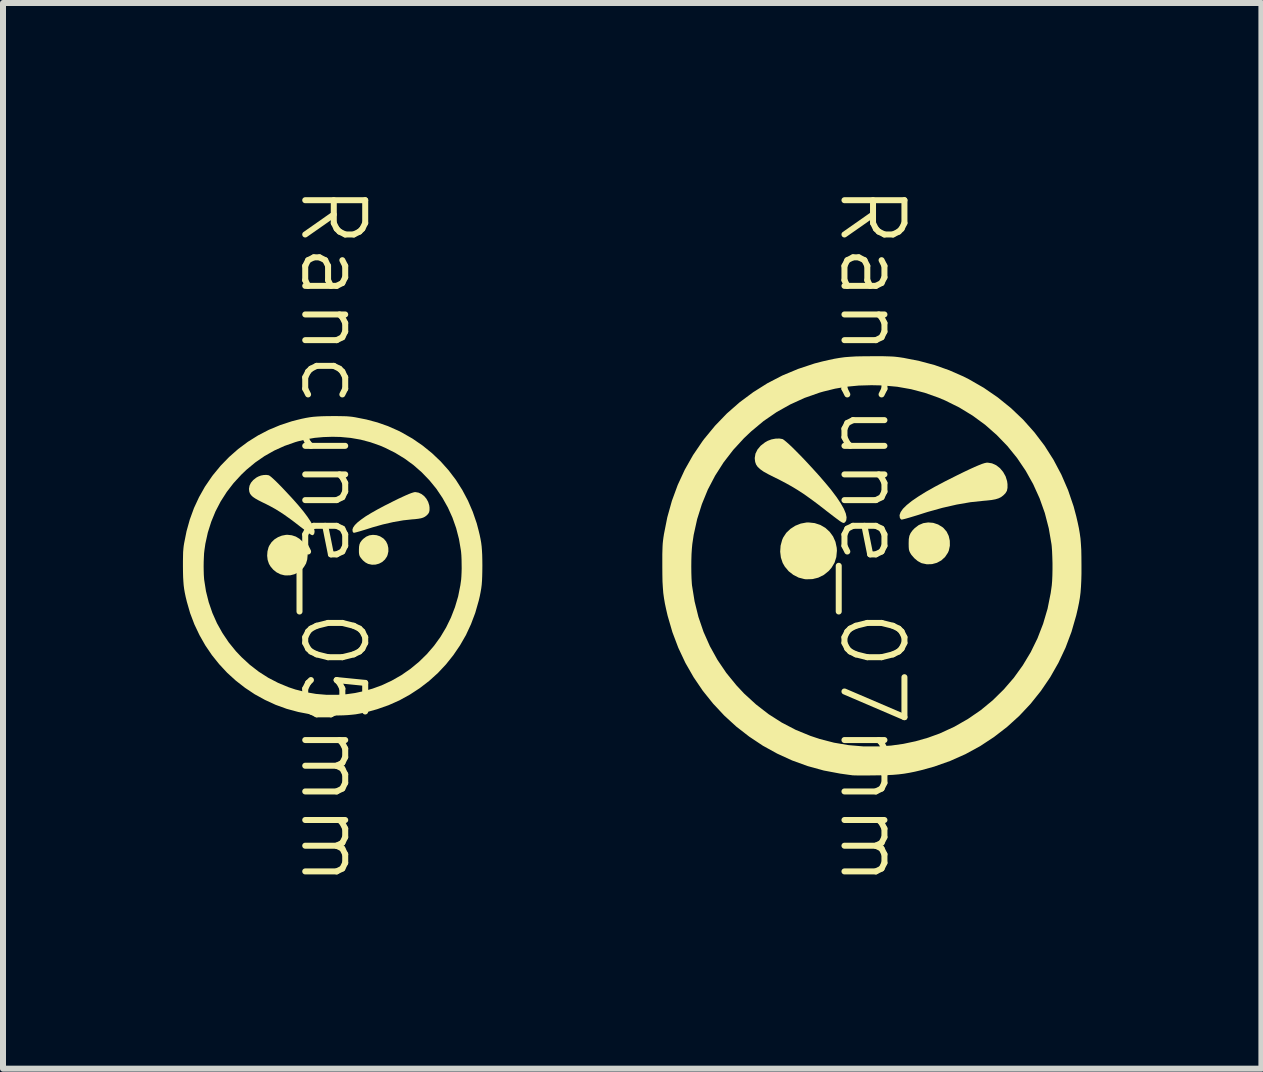
<source format=kicad_pcb>
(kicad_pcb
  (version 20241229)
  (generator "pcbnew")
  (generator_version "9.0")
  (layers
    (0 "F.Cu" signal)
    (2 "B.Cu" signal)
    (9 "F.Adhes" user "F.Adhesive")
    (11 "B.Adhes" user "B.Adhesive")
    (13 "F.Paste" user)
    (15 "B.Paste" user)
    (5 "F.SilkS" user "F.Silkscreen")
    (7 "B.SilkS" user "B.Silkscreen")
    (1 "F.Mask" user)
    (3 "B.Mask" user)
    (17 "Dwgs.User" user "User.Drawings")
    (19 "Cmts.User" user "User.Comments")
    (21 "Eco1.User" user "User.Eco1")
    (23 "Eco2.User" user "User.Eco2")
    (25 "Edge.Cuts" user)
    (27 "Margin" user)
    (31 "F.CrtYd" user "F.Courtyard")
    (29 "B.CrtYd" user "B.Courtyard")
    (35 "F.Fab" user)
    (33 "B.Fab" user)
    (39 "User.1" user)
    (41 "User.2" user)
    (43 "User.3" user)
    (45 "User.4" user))
  (footprint "Rancune_07mm"
    (layer "F.Cu")
    (at 11.486 6.383)
    (property "Reference" "Rancune_07mm" (at 0 -0.5 270) (unlocked yes) (layer "F.SilkS") (effects (font (size 1 1) (thickness 0.1))))
    (attr smd exclude_from_pos_files exclude_from_bom dnp)
    (fp_poly (pts (xy -0.954 -0.712) (xy -0.859 -0.681) (xy -0.775 -0.632) (xy -0.704 -0.567) (xy -0.647 -0.489) (xy -0.607 -0.399) (xy -0.586 -0.3) (xy -0.583 -0.252) (xy -0.593 -0.146) (xy -0.622 -0.053) (xy -0.672 0.031) (xy -0.719 0.086) (xy -0.801 0.152) (xy -0.894 0.198) (xy -0.994 0.222) (xy -1.099 0.225) (xy -1.128 0.221) (xy -1.221 0.197) (xy -1.309 0.152) (xy -1.387 0.091) (xy -1.451 0.015) (xy -1.487 -0.047) (xy -1.517 -0.137) (xy -1.529 -0.236) (xy -1.522 -0.336) (xy -1.496 -0.432) (xy -1.479 -0.471) (xy -1.428 -0.549) (xy -1.359 -0.615) (xy -1.277 -0.668) (xy -1.186 -0.704) (xy -1.09 -0.722) (xy -1.056 -0.723)) (stroke (width 0) (type solid)) (fill yes) (layer "F.SilkS"))
    (fp_poly (pts (xy 1.023 -0.716) (xy 1.104 -0.689) (xy 1.18 -0.642) (xy 1.195 -0.629) (xy 1.246 -0.57) (xy 1.281 -0.498) (xy 1.299 -0.418) (xy 1.3 -0.335) (xy 1.283 -0.254) (xy 1.268 -0.219) (xy 1.22 -0.147) (xy 1.158 -0.09) (xy 1.084 -0.05) (xy 1.003 -0.028) (xy 0.917 -0.025) (xy 0.832 -0.043) (xy 0.822 -0.047) (xy 0.764 -0.079) (xy 0.708 -0.126) (xy 0.659 -0.182) (xy 0.638 -0.216) (xy 0.625 -0.244) (xy 0.617 -0.274) (xy 0.614 -0.315) (xy 0.613 -0.372) (xy 0.613 -0.373) (xy 0.615 -0.445) (xy 0.625 -0.5) (xy 0.646 -0.547) (xy 0.679 -0.592) (xy 0.713 -0.627) (xy 0.781 -0.679) (xy 0.857 -0.711) (xy 0.939 -0.723)) (stroke (width 0) (type solid)) (fill yes) (layer "F.SilkS"))
    (fp_poly (pts (xy 2.003 -1.708) (xy 2.072 -1.677) (xy 2.135 -1.628) (xy 2.188 -1.565) (xy 2.229 -1.492) (xy 2.254 -1.412) (xy 2.261 -1.362) (xy 2.261 -1.299) (xy 2.251 -1.25) (xy 2.227 -1.21) (xy 2.189 -1.172) (xy 2.153 -1.145) (xy 2.112 -1.125) (xy 2.06 -1.109) (xy 1.996 -1.097) (xy 1.914 -1.088) (xy 1.867 -1.084) (xy 1.647 -1.061) (xy 1.415 -1.021) (xy 1.174 -0.966) (xy 0.93 -0.898) (xy 0.86 -0.876) (xy 0.776 -0.849) (xy 0.697 -0.825) (xy 0.627 -0.804) (xy 0.568 -0.787) (xy 0.524 -0.776) (xy 0.498 -0.77) (xy 0.494 -0.77) (xy 0.479 -0.78) (xy 0.466 -0.801) (xy 0.461 -0.845) (xy 0.479 -0.895) (xy 0.518 -0.951) (xy 0.58 -1.012) (xy 0.664 -1.08) (xy 0.771 -1.153) (xy 0.899 -1.233) (xy 1.05 -1.318) (xy 1.224 -1.41) (xy 1.278 -1.437) (xy 1.413 -1.505) (xy 1.529 -1.562) (xy 1.628 -1.609) (xy 1.711 -1.647) (xy 1.779 -1.676) (xy 1.834 -1.698) (xy 1.878 -1.712) (xy 1.911 -1.719) (xy 1.931 -1.72)) (stroke (width 0) (type solid)) (fill yes) (layer "F.SilkS"))
    (fp_poly (pts (xy -1.49 -2.113) (xy -1.467 -2.099) (xy -1.43 -2.069) (xy -1.381 -2.026) (xy -1.323 -1.971) (xy -1.258 -1.906) (xy -1.186 -1.833) (xy -1.111 -1.755) (xy -1.034 -1.672) (xy -0.957 -1.588) (xy -0.881 -1.504) (xy -0.81 -1.422) (xy -0.744 -1.344) (xy -0.685 -1.273) (xy -0.675 -1.26) (xy -0.587 -1.143) (xy -0.518 -1.039) (xy -0.467 -0.949) (xy -0.435 -0.872) (xy -0.422 -0.809) (xy -0.427 -0.76) (xy -0.436 -0.741) (xy -0.454 -0.72) (xy -0.473 -0.714) (xy -0.498 -0.723) (xy -0.53 -0.743) (xy -0.552 -0.759) (xy -0.59 -0.787) (xy -0.639 -0.824) (xy -0.696 -0.868) (xy -0.759 -0.916) (xy -0.786 -0.938) (xy -0.915 -1.037) (xy -1.03 -1.122) (xy -1.136 -1.197) (xy -1.237 -1.263) (xy -1.338 -1.324) (xy -1.441 -1.381) (xy -1.551 -1.439) (xy -1.637 -1.481) (xy -1.732 -1.529) (xy -1.807 -1.571) (xy -1.863 -1.611) (xy -1.904 -1.649) (xy -1.931 -1.689) (xy -1.946 -1.732) (xy -1.952 -1.78) (xy -1.953 -1.798) (xy -1.941 -1.87) (xy -1.907 -1.939) (xy -1.854 -2.002) (xy -1.782 -2.058) (xy -1.736 -2.084) (xy -1.675 -2.107) (xy -1.607 -2.12) (xy -1.541 -2.122)) (stroke (width 0) (type solid)) (fill yes) (layer "F.SilkS"))
    (fp_poly (pts (xy 0.106 -3.494) (xy 0.192 -3.494) (xy 0.263 -3.492) (xy 0.322 -3.49) (xy 0.373 -3.487) (xy 0.42 -3.482) (xy 0.467 -3.476) (xy 0.518 -3.468) (xy 0.521 -3.468) (xy 0.79 -3.415) (xy 1.045 -3.347) (xy 1.29 -3.26) (xy 1.527 -3.156) (xy 1.616 -3.111) (xy 1.865 -2.968) (xy 2.099 -2.807) (xy 2.318 -2.63) (xy 2.522 -2.436) (xy 2.708 -2.227) (xy 2.877 -2.005) (xy 3.027 -1.769) (xy 3.159 -1.52) (xy 3.271 -1.261) (xy 3.363 -0.991) (xy 3.407 -0.826) (xy 3.431 -0.722) (xy 3.451 -0.628) (xy 3.466 -0.54) (xy 3.478 -0.453) (xy 3.485 -0.362) (xy 3.491 -0.262) (xy 3.493 -0.148) (xy 3.494 -0.017) (xy 3.494 -0.000001) (xy 3.494 0.134) (xy 3.491 0.249) (xy 3.486 0.35) (xy 3.479 0.442) (xy 3.468 0.53) (xy 3.453 0.618) (xy 3.434 0.71) (xy 3.41 0.813) (xy 3.407 0.826) (xy 3.328 1.1) (xy 3.229 1.364) (xy 3.11 1.617) (xy 2.973 1.858) (xy 2.817 2.087) (xy 2.645 2.302) (xy 2.457 2.502) (xy 2.253 2.687) (xy 2.035 2.855) (xy 1.804 3.007) (xy 1.56 3.14) (xy 1.304 3.254) (xy 1.038 3.348) (xy 0.824 3.407) (xy 0.719 3.432) (xy 0.625 3.451) (xy 0.536 3.466) (xy 0.447 3.477) (xy 0.353 3.485) (xy 0.248 3.49) (xy 0.129 3.493) (xy 0.053 3.494) (xy -0.035 3.495) (xy -0.117 3.495) (xy -0.19 3.495) (xy -0.251 3.495) (xy -0.295 3.494) (xy -0.32 3.493) (xy -0.321 3.493) (xy -0.35 3.489) (xy -0.396 3.483) (xy -0.453 3.475) (xy -0.516 3.466) (xy -0.526 3.465) (xy -0.802 3.413) (xy -1.071 3.339) (xy -1.33 3.245) (xy -1.579 3.131) (xy -1.818 2.999) (xy -2.045 2.848) (xy -2.26 2.681) (xy -2.461 2.497) (xy -2.647 2.298) (xy -2.818 2.085) (xy -2.972 1.858) (xy -3.109 1.619) (xy -3.227 1.368) (xy -3.326 1.106) (xy -3.405 0.834) (xy -3.407 0.826) (xy -3.431 0.722) (xy -3.451 0.628) (xy -3.466 0.54) (xy -3.478 0.453) (xy -3.485 0.362) (xy -3.491 0.262) (xy -3.493 0.148) (xy -3.494 0.017) (xy -3.494 0.012) (xy -3.011 0.012) (xy -3.01 0.116) (xy -3.007 0.212) (xy -3.002 0.294) (xy -2.999 0.327) (xy -2.956 0.593) (xy -2.892 0.852) (xy -2.807 1.101) (xy -2.701 1.34) (xy -2.574 1.569) (xy -2.427 1.786) (xy -2.259 1.992) (xy -2.13 2.13) (xy -1.932 2.311) (xy -1.723 2.473) (xy -1.502 2.614) (xy -1.27 2.735) (xy -1.026 2.835) (xy -0.871 2.887) (xy -0.631 2.949) (xy -0.388 2.99) (xy -0.141 3.011) (xy 0.114 3.011) (xy 0.321 2.997) (xy 0.522 2.969) (xy 0.73 2.925) (xy 0.936 2.866) (xy 1.132 2.795) (xy 1.134 2.794) (xy 1.375 2.683) (xy 1.602 2.553) (xy 1.816 2.406) (xy 2.015 2.242) (xy 2.198 2.062) (xy 2.366 1.868) (xy 2.515 1.661) (xy 2.648 1.44) (xy 2.761 1.209) (xy 2.855 0.966) (xy 2.929 0.715) (xy 2.981 0.455) (xy 2.999 0.327) (xy 3.005 0.254) (xy 3.009 0.163) (xy 3.011 0.062) (xy 3.011 -0.043) (xy 3.008 -0.148) (xy 3.004 -0.245) (xy 2.998 -0.328) (xy 2.994 -0.362) (xy 2.949 -0.625) (xy 2.883 -0.88) (xy 2.796 -1.125) (xy 2.689 -1.361) (xy 2.564 -1.585) (xy 2.42 -1.798) (xy 2.259 -1.997) (xy 2.081 -2.181) (xy 1.888 -2.351) (xy 1.679 -2.504) (xy 1.456 -2.64) (xy 1.22 -2.757) (xy 1.108 -2.804) (xy 0.882 -2.884) (xy 0.655 -2.944) (xy 0.423 -2.985) (xy 0.182 -3.007) (xy -0.006 -3.011) (xy -0.219 -3.005) (xy -0.42 -2.986) (xy -0.614 -2.953) (xy -0.809 -2.905) (xy -0.872 -2.887) (xy -1.122 -2.799) (xy -1.361 -2.69) (xy -1.589 -2.562) (xy -1.806 -2.413) (xy -2.01 -2.243) (xy -2.13 -2.13) (xy -2.312 -1.932) (xy -2.473 -1.723) (xy -2.614 -1.502) (xy -2.735 -1.271) (xy -2.834 -1.029) (xy -2.913 -0.778) (xy -2.971 -0.516) (xy -2.994 -0.362) (xy -3.001 -0.287) (xy -3.007 -0.196) (xy -3.01 -0.094) (xy -3.011 0.012) (xy -3.494 0.012) (xy -3.494 -0.000001) (xy -3.494 -0.106) (xy -3.494 -0.192) (xy -3.492 -0.263) (xy -3.49 -0.322) (xy -3.487 -0.373) (xy -3.482 -0.42) (xy -3.476 -0.467) (xy -3.468 -0.518) (xy -3.468 -0.521) (xy -3.411 -0.808) (xy -3.334 -1.084) (xy -3.237 -1.348) (xy -3.12 -1.601) (xy -2.982 -1.845) (xy -2.823 -2.079) (xy -2.796 -2.115) (xy -2.614 -2.336) (xy -2.417 -2.54) (xy -2.205 -2.726) (xy -1.979 -2.894) (xy -1.741 -3.044) (xy -1.49 -3.174) (xy -1.228 -3.283) (xy -0.957 -3.373) (xy -0.826 -3.407) (xy -0.722 -3.431) (xy -0.628 -3.451) (xy -0.54 -3.466) (xy -0.453 -3.478) (xy -0.362 -3.485) (xy -0.262 -3.491) (xy -0.148 -3.493) (xy -0.017 -3.494) (xy -0.000001 -3.494)) (stroke (width 0) (type solid)) (fill yes) (layer "F.SilkS")))
  (footprint "Rancune_05mm"
    (layer "F.Cu")
    (at 2.496 6.383)
    (property "Reference" "Rancune_05mm" (at 0 -0.5 270) (unlocked yes) (layer "F.SilkS") (effects (font (size 1 1) (thickness 0.1))))
    (attr smd exclude_from_pos_files exclude_from_bom dnp)
    (fp_poly (pts (xy -0.681 -0.509) (xy -0.614 -0.487) (xy -0.554 -0.451) (xy -0.503 -0.405) (xy -0.462 -0.349) (xy -0.433 -0.285) (xy -0.418 -0.215) (xy -0.417 -0.18) (xy -0.424 -0.105) (xy -0.444 -0.038) (xy -0.48 0.022) (xy -0.514 0.061) (xy -0.572 0.108) (xy -0.638 0.141) (xy -0.71 0.159) (xy -0.785 0.16) (xy -0.806 0.158) (xy -0.872 0.141) (xy -0.935 0.109) (xy -0.99 0.065) (xy -1.036 0.011) (xy -1.062 -0.033) (xy -1.084 -0.098) (xy -1.092 -0.168) (xy -1.087 -0.24) (xy -1.069 -0.309) (xy -1.056 -0.337) (xy -1.02 -0.392) (xy -0.971 -0.44) (xy -0.912 -0.477) (xy -0.847 -0.503) (xy -0.778 -0.516) (xy -0.754 -0.517)) (stroke (width 0) (type solid)) (fill yes) (layer "F.SilkS"))
    (fp_poly (pts (xy 0.731 -0.511) (xy 0.789 -0.492) (xy 0.843 -0.458) (xy 0.854 -0.449) (xy 0.89 -0.407) (xy 0.915 -0.355) (xy 0.928 -0.298) (xy 0.929 -0.239) (xy 0.916 -0.182) (xy 0.906 -0.156) (xy 0.872 -0.105) (xy 0.827 -0.064) (xy 0.774 -0.036) (xy 0.716 -0.02) (xy 0.655 -0.018) (xy 0.594 -0.031) (xy 0.587 -0.034) (xy 0.546 -0.056) (xy 0.505 -0.09) (xy 0.471 -0.13) (xy 0.455 -0.154) (xy 0.446 -0.174) (xy 0.441 -0.196) (xy 0.438 -0.225) (xy 0.438 -0.265) (xy 0.438 -0.267) (xy 0.44 -0.318) (xy 0.447 -0.357) (xy 0.461 -0.39) (xy 0.485 -0.423) (xy 0.509 -0.448) (xy 0.558 -0.485) (xy 0.612 -0.508) (xy 0.671 -0.516)) (stroke (width 0) (type solid)) (fill yes) (layer "F.SilkS"))
    (fp_poly (pts (xy 1.431 -1.22) (xy 1.48 -1.197) (xy 1.525 -1.163) (xy 1.563 -1.118) (xy 1.592 -1.066) (xy 1.61 -1.009) (xy 1.615 -0.973) (xy 1.615 -0.927) (xy 1.608 -0.893) (xy 1.591 -0.864) (xy 1.564 -0.837) (xy 1.538 -0.818) (xy 1.508 -0.803) (xy 1.472 -0.792) (xy 1.425 -0.784) (xy 1.367 -0.777) (xy 1.333 -0.775) (xy 1.176 -0.758) (xy 1.01 -0.729) (xy 0.839 -0.69) (xy 0.664 -0.641) (xy 0.614 -0.625) (xy 0.554 -0.606) (xy 0.498 -0.589) (xy 0.448 -0.574) (xy 0.405 -0.562) (xy 0.374 -0.554) (xy 0.355 -0.55) (xy 0.353 -0.55) (xy 0.342 -0.557) (xy 0.333 -0.572) (xy 0.33 -0.604) (xy 0.342 -0.639) (xy 0.37 -0.679) (xy 0.414 -0.723) (xy 0.475 -0.771) (xy 0.55 -0.824) (xy 0.642 -0.88) (xy 0.75 -0.941) (xy 0.874 -1.007) (xy 0.913 -1.026) (xy 1.009 -1.075) (xy 1.092 -1.116) (xy 1.163 -1.149) (xy 1.222 -1.176) (xy 1.271 -1.197) (xy 1.31 -1.212) (xy 1.341 -1.222) (xy 1.365 -1.228) (xy 1.379 -1.229)) (stroke (width 0) (type solid)) (fill yes) (layer "F.SilkS"))
    (fp_poly (pts (xy -1.065 -1.509) (xy -1.048 -1.499) (xy -1.021 -1.478) (xy -0.987 -1.447) (xy -0.945 -1.408) (xy -0.898 -1.361) (xy -0.847 -1.309) (xy -0.794 -1.253) (xy -0.739 -1.194) (xy -0.683 -1.134) (xy -0.629 -1.074) (xy -0.578 -1.016) (xy -0.531 -0.96) (xy -0.489 -0.909) (xy -0.482 -0.9) (xy -0.419 -0.816) (xy -0.37 -0.742) (xy -0.333 -0.678) (xy -0.311 -0.623) (xy -0.301 -0.578) (xy -0.305 -0.543) (xy -0.312 -0.529) (xy -0.324 -0.514) (xy -0.338 -0.51) (xy -0.356 -0.516) (xy -0.379 -0.53) (xy -0.395 -0.542) (xy -0.421 -0.562) (xy -0.456 -0.589) (xy -0.497 -0.62) (xy -0.542 -0.654) (xy -0.562 -0.67) (xy -0.653 -0.74) (xy -0.736 -0.801) (xy -0.812 -0.855) (xy -0.884 -0.902) (xy -0.955 -0.946) (xy -1.029 -0.987) (xy -1.108 -1.028) (xy -1.17 -1.058) (xy -1.237 -1.092) (xy -1.29 -1.122) (xy -1.331 -1.15) (xy -1.36 -1.178) (xy -1.379 -1.206) (xy -1.39 -1.237) (xy -1.394 -1.272) (xy -1.395 -1.284) (xy -1.386 -1.336) (xy -1.362 -1.385) (xy -1.324 -1.43) (xy -1.273 -1.47) (xy -1.24 -1.488) (xy -1.196 -1.505) (xy -1.148 -1.514) (xy -1.101 -1.515)) (stroke (width 0) (type solid)) (fill yes) (layer "F.SilkS"))
    (fp_poly (pts (xy 0.076 -2.496) (xy 0.137 -2.495) (xy 0.188 -2.494) (xy 0.23 -2.493) (xy 0.266 -2.49) (xy 0.3 -2.487) (xy 0.334 -2.483) (xy 0.37 -2.477) (xy 0.372 -2.477) (xy 0.564 -2.439) (xy 0.747 -2.39) (xy 0.921 -2.329) (xy 1.091 -2.254) (xy 1.154 -2.222) (xy 1.332 -2.12) (xy 1.499 -2.005) (xy 1.656 -1.878) (xy 1.801 -1.74) (xy 1.934 -1.591) (xy 2.055 -1.432) (xy 2.162 -1.263) (xy 2.256 -1.086) (xy 2.336 -0.9) (xy 2.402 -0.708) (xy 2.433 -0.59) (xy 2.451 -0.516) (xy 2.465 -0.449) (xy 2.476 -0.386) (xy 2.484 -0.323) (xy 2.489 -0.258) (xy 2.493 -0.187) (xy 2.495 -0.106) (xy 2.496 -0.012) (xy 2.496 0) (xy 2.495 0.096) (xy 2.493 0.178) (xy 2.49 0.25) (xy 2.485 0.316) (xy 2.477 0.378) (xy 2.466 0.441) (xy 2.453 0.507) (xy 2.436 0.58) (xy 2.433 0.59) (xy 2.377 0.786) (xy 2.306 0.974) (xy 2.222 1.155) (xy 2.123 1.327) (xy 2.012 1.49) (xy 1.889 1.644) (xy 1.755 1.787) (xy 1.609 1.919) (xy 1.453 2.039) (xy 1.288 2.147) (xy 1.114 2.243) (xy 0.932 2.324) (xy 0.741 2.391) (xy 0.588 2.434) (xy 0.514 2.451) (xy 0.446 2.465) (xy 0.383 2.476) (xy 0.319 2.483) (xy 0.252 2.489) (xy 0.177 2.493) (xy 0.092 2.495) (xy 0.037 2.496) (xy -0.025 2.496) (xy -0.084 2.497) (xy -0.136 2.496) (xy -0.179 2.496) (xy -0.211 2.496) (xy -0.229 2.495) (xy -0.229 2.495) (xy -0.25 2.492) (xy -0.283 2.488) (xy -0.324 2.482) (xy -0.368 2.476) (xy -0.376 2.475) (xy -0.573 2.437) (xy -0.765 2.385) (xy -0.95 2.318) (xy -1.128 2.236) (xy -1.299 2.142) (xy -1.461 2.034) (xy -1.614 1.915) (xy -1.758 1.784) (xy -1.891 1.641) (xy -2.013 1.489) (xy -2.123 1.327) (xy -2.22 1.156) (xy -2.305 0.977) (xy -2.376 0.79) (xy -2.432 0.595) (xy -2.433 0.59) (xy -2.451 0.516) (xy -2.465 0.449) (xy -2.476 0.386) (xy -2.484 0.323) (xy -2.489 0.258) (xy -2.493 0.187) (xy -2.495 0.106) (xy -2.496 0.012) (xy -2.496 0.008) (xy -2.151 0.008) (xy -2.15 0.083) (xy -2.148 0.151) (xy -2.144 0.21) (xy -2.142 0.233) (xy -2.112 0.424) (xy -2.066 0.608) (xy -2.005 0.786) (xy -1.929 0.957) (xy -1.838 1.12) (xy -1.733 1.276) (xy -1.614 1.423) (xy -1.521 1.521) (xy -1.38 1.651) (xy -1.231 1.766) (xy -1.073 1.867) (xy -0.907 1.953) (xy -0.733 2.025) (xy -0.622 2.062) (xy -0.45 2.106) (xy -0.277 2.136) (xy -0.101 2.151) (xy 0.081 2.151) (xy 0.229 2.141) (xy 0.373 2.121) (xy 0.521 2.089) (xy 0.668 2.047) (xy 0.808 1.996) (xy 0.81 1.996) (xy 0.982 1.916) (xy 1.144 1.824) (xy 1.297 1.718) (xy 1.439 1.601) (xy 1.57 1.473) (xy 1.69 1.334) (xy 1.797 1.186) (xy 1.891 1.029) (xy 1.972 0.863) (xy 2.039 0.69) (xy 2.092 0.511) (xy 2.129 0.325) (xy 2.142 0.233) (xy 2.146 0.181) (xy 2.149 0.117) (xy 2.151 0.045) (xy 2.15 -0.031) (xy 2.149 -0.106) (xy 2.146 -0.175) (xy 2.141 -0.234) (xy 2.138 -0.258) (xy 2.106 -0.446) (xy 2.059 -0.628) (xy 1.997 -0.804) (xy 1.921 -0.972) (xy 1.831 -1.132) (xy 1.729 -1.284) (xy 1.613 -1.426) (xy 1.486 -1.558) (xy 1.348 -1.679) (xy 1.199 -1.788) (xy 1.04 -1.885) (xy 0.871 -1.969) (xy 0.792 -2.003) (xy 0.63 -2.06) (xy 0.468 -2.103) (xy 0.302 -2.132) (xy 0.13 -2.148) (xy -0.004 -2.151) (xy -0.157 -2.146) (xy -0.3 -2.133) (xy -0.439 -2.109) (xy -0.578 -2.075) (xy -0.623 -2.062) (xy -0.802 -1.999) (xy -0.972 -1.922) (xy -1.135 -1.83) (xy -1.29 -1.723) (xy -1.436 -1.602) (xy -1.521 -1.521) (xy -1.651 -1.38) (xy -1.766 -1.231) (xy -1.867 -1.073) (xy -1.953 -0.908) (xy -2.024 -0.735) (xy -2.081 -0.555) (xy -2.122 -0.369) (xy -2.138 -0.258) (xy -2.144 -0.205) (xy -2.147 -0.14) (xy -2.15 -0.067) (xy -2.151 0.008) (xy -2.496 0.008) (xy -2.496 0) (xy -2.496 -0.076) (xy -2.495 -0.137) (xy -2.494 -0.188) (xy -2.493 -0.23) (xy -2.49 -0.266) (xy -2.487 -0.3) (xy -2.483 -0.334) (xy -2.477 -0.37) (xy -2.477 -0.372) (xy -2.436 -0.577) (xy -2.381 -0.774) (xy -2.312 -0.963) (xy -2.228 -1.144) (xy -2.13 -1.318) (xy -2.016 -1.485) (xy -1.997 -1.511) (xy -1.867 -1.669) (xy -1.726 -1.814) (xy -1.575 -1.947) (xy -1.414 -2.067) (xy -1.243 -2.174) (xy -1.064 -2.267) (xy -0.877 -2.345) (xy -0.683 -2.409) (xy -0.59 -2.433) (xy -0.516 -2.451) (xy -0.449 -2.465) (xy -0.386 -2.476) (xy -0.323 -2.484) (xy -0.258 -2.489) (xy -0.187 -2.493) (xy -0.106 -2.495) (xy -0.012 -2.496) (xy 0 -2.496)) (stroke (width 0) (type solid)) (fill yes) (layer "F.SilkS")))
  (gr_rect
    (start -3 -3)
    (end 17.98 14.767)
    (stroke (width 0.1) (type default))
    (fill no)
    (layer "Edge.Cuts")))
</source>
